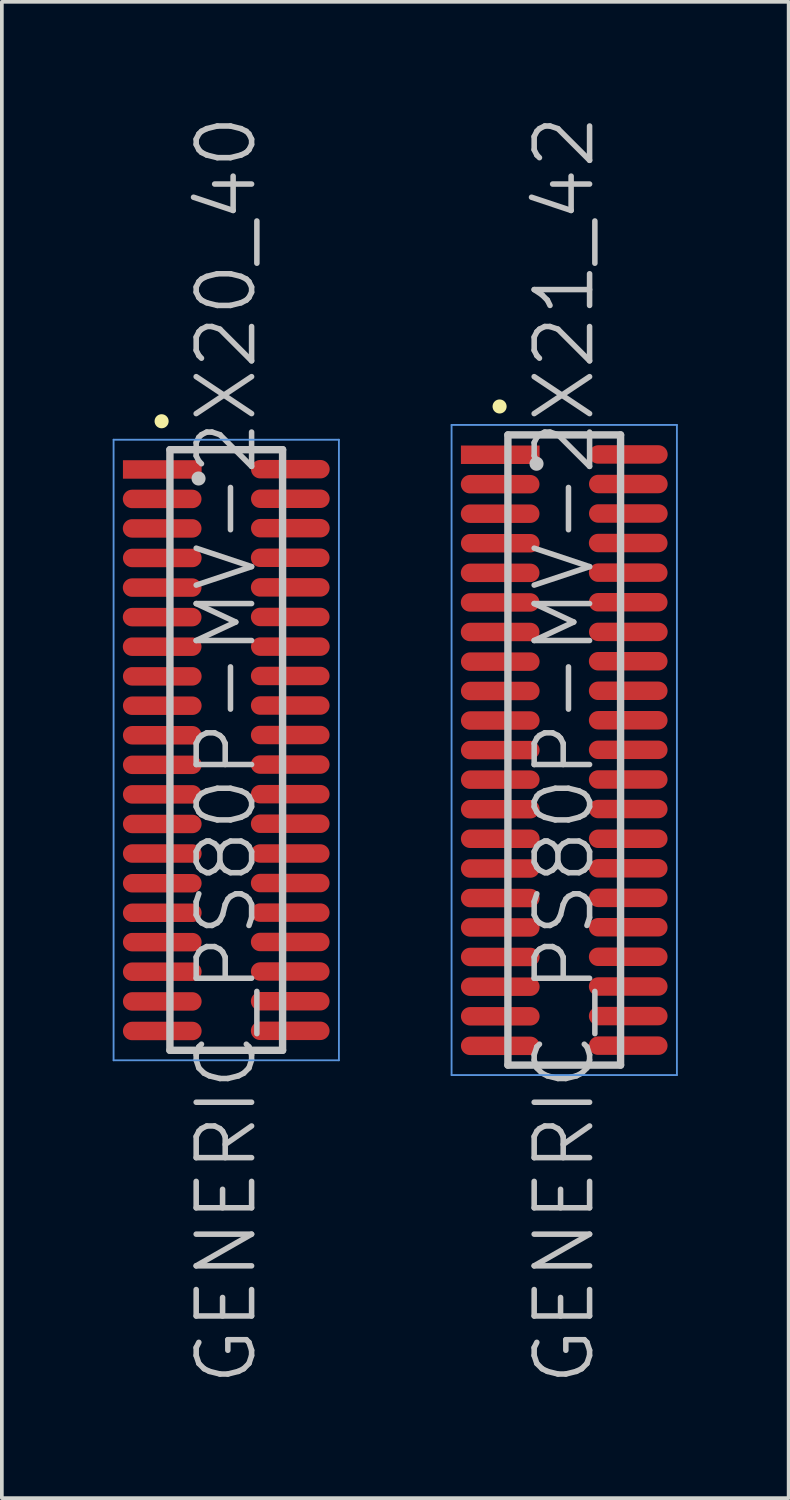
<source format=kicad_pcb>
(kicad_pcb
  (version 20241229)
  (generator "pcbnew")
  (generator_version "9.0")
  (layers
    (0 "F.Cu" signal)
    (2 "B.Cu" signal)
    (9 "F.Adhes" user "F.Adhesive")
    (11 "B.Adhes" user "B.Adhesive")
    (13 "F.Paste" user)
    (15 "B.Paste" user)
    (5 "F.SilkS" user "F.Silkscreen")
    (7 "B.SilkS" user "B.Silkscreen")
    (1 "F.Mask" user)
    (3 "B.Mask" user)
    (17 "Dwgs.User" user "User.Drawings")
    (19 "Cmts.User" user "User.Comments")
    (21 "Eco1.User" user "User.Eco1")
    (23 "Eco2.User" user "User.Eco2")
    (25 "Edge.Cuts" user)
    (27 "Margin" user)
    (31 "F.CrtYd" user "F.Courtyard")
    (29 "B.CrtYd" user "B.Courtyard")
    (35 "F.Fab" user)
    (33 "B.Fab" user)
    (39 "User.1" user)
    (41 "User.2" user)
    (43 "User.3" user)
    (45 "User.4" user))
  (footprint "GENERIC_PS80P-MV-2X21_42"
    (layer "F.Cu")
    (at 12.225 17.254)
    (property "Reference" "GENERIC_PS80P-MV-2X21_42" (at 0 0 90) (layer "Dwgs.User") (effects (font (size 1.5 1.5) (thickness 0.15))))
    (attr smd)
    (fp_line (start -1.75 -9.3) (end -1.75 -9.3) (stroke (width 0.381) (type solid)) (layer "F.SilkS"))
    (fp_line (start -1.525 -8.53) (end -1.525 8.53) (stroke (width 0.2) (type solid)) (layer "Dwgs.User"))
    (fp_line (start -1.525 -8.53) (end 1.525 -8.53) (stroke (width 0.2) (type solid)) (layer "Dwgs.User"))
    (fp_line (start -1.525 8.53) (end 1.525 8.53) (stroke (width 0.2) (type solid)) (layer "Dwgs.User"))
    (fp_line (start -0.75 -7.75) (end -0.75 -7.75) (stroke (width 0.381) (type solid)) (layer "Dwgs.User"))
    (fp_line (start 1.525 -8.53) (end 1.525 8.53) (stroke (width 0.2) (type solid)) (layer "Dwgs.User"))
    (fp_line (start -3.05 -8.8) (end -3.05 8.8) (stroke (width 0.05) (type solid)) (layer "Cmts.User"))
    (fp_line (start -3.05 -8.8) (end 3.05 -8.8) (stroke (width 0.05) (type solid)) (layer "Cmts.User"))
    (fp_line (start -3.05 8.8) (end 3.05 8.8) (stroke (width 0.05) (type solid)) (layer "Cmts.User"))
    (fp_line (start 3.05 -8.8) (end 3.05 8.8) (stroke (width 0.05) (type solid)) (layer "Cmts.User"))
    (pad "1" smd rect (at -1.732 -7.993 270) (size 0.5 2.13) (layers "F.Cu" "F.Mask" "F.Paste"))
    (pad "2" smd oval (at 1.735 -8.001 270) (size 0.5 2.13) (layers "F.Cu" "F.Mask" "F.Paste"))
    (pad "3" smd oval (at -1.735 -7.196 270) (size 0.5 2.13) (layers "F.Cu" "F.Mask" "F.Paste"))
    (pad "4" smd oval (at 1.735 -7.201 270) (size 0.5 2.13) (layers "F.Cu" "F.Mask" "F.Paste"))
    (pad "5" smd oval (at -1.735 -6.398 270) (size 0.5 2.13) (layers "F.Cu" "F.Mask" "F.Paste"))
    (pad "6" smd oval (at 1.735 -6.403 270) (size 0.5 2.13) (layers "F.Cu" "F.Mask" "F.Paste"))
    (pad "7" smd oval (at -1.732 -5.598 270) (size 0.5 2.13) (layers "F.Cu" "F.Mask" "F.Paste"))
    (pad "8" smd oval (at 1.732 -5.603 270) (size 0.5 2.13) (layers "F.Cu" "F.Mask" "F.Paste"))
    (pad "9" smd oval (at -1.735 -4.796 270) (size 0.5 2.13) (layers "F.Cu" "F.Mask" "F.Paste"))
    (pad "10" smd oval (at 1.732 -4.801 270) (size 0.5 2.13) (layers "F.Cu" "F.Mask" "F.Paste"))
    (pad "11" smd oval (at -1.735 -3.995 270) (size 0.5 2.13) (layers "F.Cu" "F.Mask" "F.Paste"))
    (pad "12" smd oval (at 1.732 -4 270) (size 0.5 2.13) (layers "F.Cu" "F.Mask" "F.Paste"))
    (pad "13" smd oval (at -1.735 -3.195 270) (size 0.5 2.13) (layers "F.Cu" "F.Mask" "F.Paste"))
    (pad "14" smd oval (at 1.735 -3.198 270) (size 0.5 2.13) (layers "F.Cu" "F.Mask" "F.Paste"))
    (pad "15" smd oval (at -1.732 -2.393 270) (size 0.5 2.13) (layers "F.Cu" "F.Mask" "F.Paste"))
    (pad "16" smd oval (at 1.732 -2.403 270) (size 0.5 2.13) (layers "F.Cu" "F.Mask" "F.Paste"))
    (pad "17" smd oval (at -1.732 -1.598 270) (size 0.5 2.13) (layers "F.Cu" "F.Mask" "F.Paste"))
    (pad "18" smd oval (at 1.732 -1.603 270) (size 0.5 2.13) (layers "F.Cu" "F.Mask" "F.Paste"))
    (pad "19" smd oval (at -1.732 -0.798 270) (size 0.5 2.13) (layers "F.Cu" "F.Mask" "F.Paste"))
    (pad "20" smd oval (at 1.732 -0.805 270) (size 0.5 2.13) (layers "F.Cu" "F.Mask" "F.Paste"))
    (pad "21" smd oval (at -1.732 0.003 270) (size 0.5 2.13) (layers "F.Cu" "F.Mask" "F.Paste"))
    (pad "22" smd oval (at 1.732 -0.005 270) (size 0.5 2.13) (layers "F.Cu" "F.Mask" "F.Paste"))
    (pad "23" smd oval (at -1.732 0.803 270) (size 0.5 2.13) (layers "F.Cu" "F.Mask" "F.Paste"))
    (pad "24" smd oval (at 1.732 0.798 270) (size 0.5 2.13) (layers "F.Cu" "F.Mask" "F.Paste"))
    (pad "25" smd oval (at -1.732 1.603 270) (size 0.5 2.13) (layers "F.Cu" "F.Mask" "F.Paste"))
    (pad "26" smd oval (at 1.732 1.598 270) (size 0.5 2.13) (layers "F.Cu" "F.Mask" "F.Paste"))
    (pad "27" smd oval (at -1.732 2.403 270) (size 0.5 2.13) (layers "F.Cu" "F.Mask" "F.Paste"))
    (pad "28" smd oval (at 1.732 2.403 270) (size 0.5 2.13) (layers "F.Cu" "F.Mask" "F.Paste"))
    (pad "29" smd oval (at -1.732 3.208 270) (size 0.5 2.13) (layers "F.Cu" "F.Mask" "F.Paste"))
    (pad "30" smd oval (at 1.732 3.203 270) (size 0.5 2.13) (layers "F.Cu" "F.Mask" "F.Paste"))
    (pad "31" smd oval (at -1.732 4.008 270) (size 0.5 2.13) (layers "F.Cu" "F.Mask" "F.Paste"))
    (pad "32" smd oval (at 1.732 4.003 270) (size 0.5 2.13) (layers "F.Cu" "F.Mask" "F.Paste"))
    (pad "33" smd oval (at -1.732 4.803 270) (size 0.5 2.13) (layers "F.Cu" "F.Mask" "F.Paste"))
    (pad "34" smd oval (at 1.732 4.798 270) (size 0.5 2.13) (layers "F.Cu" "F.Mask" "F.Paste"))
    (pad "35" smd oval (at -1.732 5.603 270) (size 0.5 2.13) (layers "F.Cu" "F.Mask" "F.Paste"))
    (pad "36" smd oval (at 1.732 5.598 270) (size 0.5 2.13) (layers "F.Cu" "F.Mask" "F.Paste"))
    (pad "37" smd oval (at -1.732 6.408 270) (size 0.5 2.13) (layers "F.Cu" "F.Mask" "F.Paste"))
    (pad "38" smd oval (at 1.732 6.403 270) (size 0.5 2.13) (layers "F.Cu" "F.Mask" "F.Paste"))
    (pad "39" smd oval (at -1.732 7.209 270) (size 0.5 2.13) (layers "F.Cu" "F.Mask" "F.Paste"))
    (pad "40" smd oval (at 1.732 7.203 270) (size 0.5 2.13) (layers "F.Cu" "F.Mask" "F.Paste"))
    (pad "41" smd oval (at -1.732 8.009 270) (size 0.5 2.13) (layers "F.Cu" "F.Mask" "F.Paste"))
    (pad "42" smd oval (at 1.732 8.004 270) (size 0.5 2.13) (layers "F.Cu" "F.Mask" "F.Paste")))
  (footprint "GENERIC_PS80P-MV-2X20_40"
    (layer "F.Cu")
    (at 3.075 17.254)
    (property "Reference" "GENERIC_PS80P-MV-2X20_40" (at 0 0 90) (layer "Dwgs.User") (effects (font (size 1.5 1.5) (thickness 0.15))))
    (attr smd)
    (fp_line (start -1.75 -8.9) (end -1.75 -8.9) (stroke (width 0.381) (type solid)) (layer "F.SilkS"))
    (fp_line (start -1.525 -8.13) (end -1.525 8.13) (stroke (width 0.2) (type solid)) (layer "Dwgs.User"))
    (fp_line (start -1.525 -8.13) (end 1.525 -8.13) (stroke (width 0.2) (type solid)) (layer "Dwgs.User"))
    (fp_line (start -1.525 8.13) (end 1.525 8.13) (stroke (width 0.2) (type solid)) (layer "Dwgs.User"))
    (fp_line (start -0.75 -7.35) (end -0.75 -7.35) (stroke (width 0.381) (type solid)) (layer "Dwgs.User"))
    (fp_line (start 1.525 -8.13) (end 1.525 8.13) (stroke (width 0.2) (type solid)) (layer "Dwgs.User"))
    (fp_line (start -3.05 -8.4) (end -3.05 8.4) (stroke (width 0.05) (type solid)) (layer "Cmts.User"))
    (fp_line (start -3.05 -8.4) (end 3.05 -8.4) (stroke (width 0.05) (type solid)) (layer "Cmts.User"))
    (fp_line (start -3.05 8.4) (end 3.05 8.4) (stroke (width 0.05) (type solid)) (layer "Cmts.User"))
    (fp_line (start 3.05 -8.4) (end 3.05 8.4) (stroke (width 0.05) (type solid)) (layer "Cmts.User"))
    (pad "1" smd rect (at -1.732 -7.595 270) (size 0.5 2.13) (layers "F.Cu" "F.Mask" "F.Paste"))
    (pad "2" smd oval (at 1.735 -7.602 270) (size 0.5 2.13) (layers "F.Cu" "F.Mask" "F.Paste"))
    (pad "3" smd oval (at -1.735 -6.797 270) (size 0.5 2.13) (layers "F.Cu" "F.Mask" "F.Paste"))
    (pad "4" smd oval (at 1.735 -6.802 270) (size 0.5 2.13) (layers "F.Cu" "F.Mask" "F.Paste"))
    (pad "5" smd oval (at -1.735 -5.999 270) (size 0.5 2.13) (layers "F.Cu" "F.Mask" "F.Paste"))
    (pad "6" smd oval (at 1.735 -6.005 270) (size 0.5 2.13) (layers "F.Cu" "F.Mask" "F.Paste"))
    (pad "7" smd oval (at -1.732 -5.199 270) (size 0.5 2.13) (layers "F.Cu" "F.Mask" "F.Paste"))
    (pad "8" smd oval (at 1.732 -5.204 270) (size 0.5 2.13) (layers "F.Cu" "F.Mask" "F.Paste"))
    (pad "9" smd oval (at -1.735 -4.397 270) (size 0.5 2.13) (layers "F.Cu" "F.Mask" "F.Paste"))
    (pad "10" smd oval (at 1.732 -4.402 270) (size 0.5 2.13) (layers "F.Cu" "F.Mask" "F.Paste"))
    (pad "11" smd oval (at -1.735 -3.597 270) (size 0.5 2.13) (layers "F.Cu" "F.Mask" "F.Paste"))
    (pad "12" smd oval (at 1.732 -3.602 270) (size 0.5 2.13) (layers "F.Cu" "F.Mask" "F.Paste"))
    (pad "13" smd oval (at -1.735 -2.797 270) (size 0.5 2.13) (layers "F.Cu" "F.Mask" "F.Paste"))
    (pad "14" smd oval (at 1.735 -2.799 270) (size 0.5 2.13) (layers "F.Cu" "F.Mask" "F.Paste"))
    (pad "15" smd oval (at -1.732 -1.994 270) (size 0.5 2.13) (layers "F.Cu" "F.Mask" "F.Paste"))
    (pad "16" smd oval (at 1.732 -2.004 270) (size 0.5 2.13) (layers "F.Cu" "F.Mask" "F.Paste"))
    (pad "17" smd oval (at -1.732 -1.199 270) (size 0.5 2.13) (layers "F.Cu" "F.Mask" "F.Paste"))
    (pad "18" smd oval (at 1.732 -1.204 270) (size 0.5 2.13) (layers "F.Cu" "F.Mask" "F.Paste"))
    (pad "19" smd oval (at -1.732 -0.399 270) (size 0.5 2.13) (layers "F.Cu" "F.Mask" "F.Paste"))
    (pad "20" smd oval (at 1.732 -0.406 270) (size 0.5 2.13) (layers "F.Cu" "F.Mask" "F.Paste"))
    (pad "21" smd oval (at -1.732 0.401 270) (size 0.5 2.13) (layers "F.Cu" "F.Mask" "F.Paste"))
    (pad "22" smd oval (at 1.732 0.394 270) (size 0.5 2.13) (layers "F.Cu" "F.Mask" "F.Paste"))
    (pad "23" smd oval (at -1.732 1.201 270) (size 0.5 2.13) (layers "F.Cu" "F.Mask" "F.Paste"))
    (pad "24" smd oval (at 1.732 1.196 270) (size 0.5 2.13) (layers "F.Cu" "F.Mask" "F.Paste"))
    (pad "25" smd oval (at -1.732 2.002 270) (size 0.5 2.13) (layers "F.Cu" "F.Mask" "F.Paste"))
    (pad "26" smd oval (at 1.732 1.996 270) (size 0.5 2.13) (layers "F.Cu" "F.Mask" "F.Paste"))
    (pad "27" smd oval (at -1.732 2.802 270) (size 0.5 2.13) (layers "F.Cu" "F.Mask" "F.Paste"))
    (pad "28" smd oval (at 1.732 2.802 270) (size 0.5 2.13) (layers "F.Cu" "F.Mask" "F.Paste"))
    (pad "29" smd oval (at -1.732 3.607 270) (size 0.5 2.13) (layers "F.Cu" "F.Mask" "F.Paste"))
    (pad "30" smd oval (at 1.732 3.602 270) (size 0.5 2.13) (layers "F.Cu" "F.Mask" "F.Paste"))
    (pad "31" smd oval (at -1.732 4.407 270) (size 0.5 2.13) (layers "F.Cu" "F.Mask" "F.Paste"))
    (pad "32" smd oval (at 1.732 4.402 270) (size 0.5 2.13) (layers "F.Cu" "F.Mask" "F.Paste"))
    (pad "33" smd oval (at -1.732 5.202 270) (size 0.5 2.13) (layers "F.Cu" "F.Mask" "F.Paste"))
    (pad "34" smd oval (at 1.732 5.197 270) (size 0.5 2.13) (layers "F.Cu" "F.Mask" "F.Paste"))
    (pad "35" smd oval (at -1.732 6.002 270) (size 0.5 2.13) (layers "F.Cu" "F.Mask" "F.Paste"))
    (pad "36" smd oval (at 1.732 5.997 270) (size 0.5 2.13) (layers "F.Cu" "F.Mask" "F.Paste"))
    (pad "37" smd oval (at -1.732 6.807 270) (size 0.5 2.13) (layers "F.Cu" "F.Mask" "F.Paste"))
    (pad "38" smd oval (at 1.732 6.802 270) (size 0.5 2.13) (layers "F.Cu" "F.Mask" "F.Paste"))
    (pad "39" smd oval (at -1.732 7.607 270) (size 0.5 2.13) (layers "F.Cu" "F.Mask" "F.Paste"))
    (pad "40" smd oval (at 1.732 7.602 270) (size 0.5 2.13) (layers "F.Cu" "F.Mask" "F.Paste")))
  (gr_rect
    (start -3 -3)
    (end 18.3 37.507)
    (stroke (width 0.1) (type default))
    (fill no)
    (layer "Edge.Cuts")))
</source>
